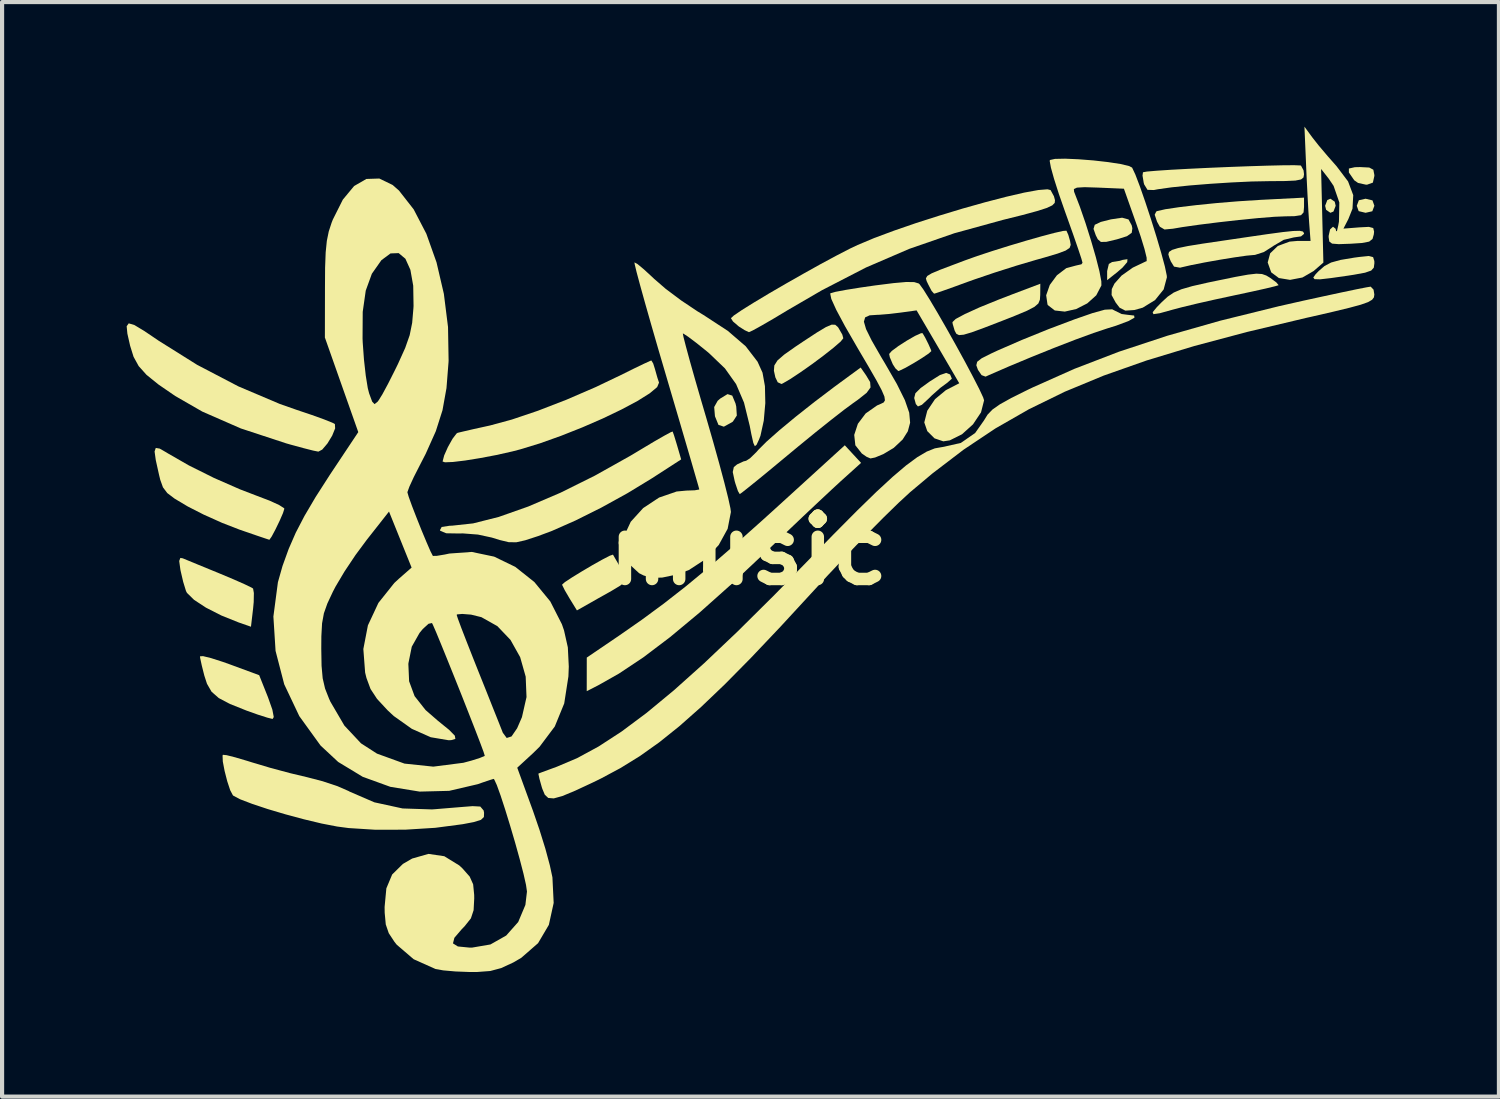
<source format=kicad_pcb>
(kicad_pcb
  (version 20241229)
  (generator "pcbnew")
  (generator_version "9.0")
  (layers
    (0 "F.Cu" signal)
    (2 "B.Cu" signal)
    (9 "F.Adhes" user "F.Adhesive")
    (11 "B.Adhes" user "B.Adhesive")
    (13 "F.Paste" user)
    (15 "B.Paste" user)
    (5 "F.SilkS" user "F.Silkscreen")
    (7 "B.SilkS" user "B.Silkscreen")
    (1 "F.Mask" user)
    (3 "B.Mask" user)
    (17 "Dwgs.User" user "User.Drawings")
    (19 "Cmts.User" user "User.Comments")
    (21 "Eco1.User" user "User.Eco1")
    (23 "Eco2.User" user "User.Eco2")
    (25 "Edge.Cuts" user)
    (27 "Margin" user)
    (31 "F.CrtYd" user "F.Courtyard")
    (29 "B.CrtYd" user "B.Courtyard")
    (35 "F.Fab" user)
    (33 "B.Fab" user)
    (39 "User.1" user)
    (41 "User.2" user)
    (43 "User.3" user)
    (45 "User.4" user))
  (footprint "music"
    (layer "F.Cu")
    (at 14.973 10.202)
    (property "Reference" "music" (at 0 0 0) (layer "F.SilkS") (effects (font (size 1.524 1.524) (thickness 0.3))))
    (attr board_only exclude_from_pos_files exclude_from_bom)
    (fp_poly (pts (xy 14.116 -8.396) (xy 14.139 -8.297) (xy 14.086 -8.159) (xy 14.012 -8.128) (xy 13.909 -8.199) (xy 13.885 -8.297) (xy 13.938 -8.435) (xy 14.012 -8.467)) (stroke (width 0) (type solid)) (fill yes) (layer "F.SilkS"))
    (fp_poly (pts (xy 15.025 -8.427) (xy 15.071 -8.297) (xy 15.021 -8.165) (xy 14.859 -8.128) (xy 14.693 -8.168) (xy 14.647 -8.297) (xy 14.697 -8.43) (xy 14.859 -8.467)) (stroke (width 0) (type solid)) (fill yes) (layer "F.SilkS"))
    (fp_poly (pts (xy 9.12 -6.941) (xy 9.007 -6.809) (xy 8.885 -6.703) (xy 8.636 -6.506) (xy 8.636 -6.725) (xy 8.677 -6.896) (xy 8.756 -6.943) (xy 8.942 -6.972) (xy 9.01 -6.994) (xy 9.125 -7.011)) (stroke (width 0) (type solid)) (fill yes) (layer "F.SilkS"))
    (fp_poly (pts (xy 14.947 -9.218) (xy 15.046 -9.165) (xy 15.07 -9.041) (xy 15.071 -9.017) (xy 15.035 -8.855) (xy 14.898 -8.806) (xy 14.869 -8.805) (xy 14.678 -8.847) (xy 14.586 -8.911) (xy 14.457 -9.099) (xy 14.457 -9.194) (xy 14.601 -9.226) (xy 14.727 -9.229)) (stroke (width 0) (type solid)) (fill yes) (layer "F.SilkS"))
    (fp_poly (pts (xy -0.391 -3.726) (xy -0.312 -3.536) (xy -0.295 -3.464) (xy -0.281 -3.246) (xy -0.374 -3.103) (xy -0.394 -3.087) (xy -0.593 -2.978) (xy -0.723 -3.021) (xy -0.805 -3.222) (xy -0.808 -3.234) (xy -0.826 -3.451) (xy -0.742 -3.601) (xy -0.679 -3.656) (xy -0.505 -3.762)) (stroke (width 0) (type solid)) (fill yes) (layer "F.SilkS"))
    (fp_poly (pts (xy 9.151 -7.968) (xy 9.227 -7.827) (xy 9.243 -7.754) (xy 9.228 -7.646) (xy 9.114 -7.565) (xy 8.866 -7.487) (xy 8.864 -7.487) (xy 8.619 -7.429) (xy 8.486 -7.426) (xy 8.411 -7.49) (xy 8.363 -7.585) (xy 8.308 -7.741) (xy 8.338 -7.839) (xy 8.483 -7.908) (xy 8.728 -7.97) (xy 8.997 -8.01)) (stroke (width 0) (type solid)) (fill yes) (layer "F.SilkS"))
    (fp_poly (pts (xy 4.853 -4.236) (xy 4.855 -4.234) (xy 4.897 -4.134) (xy 4.789 -4.037) (xy 4.784 -4.034) (xy 4.62 -3.913) (xy 4.413 -3.729) (xy 4.348 -3.664) (xy 4.176 -3.505) (xy 4.08 -3.465) (xy 4.03 -3.523) (xy 3.99 -3.668) (xy 4.019 -3.783) (xy 4.145 -3.908) (xy 4.368 -4.069) (xy 4.61 -4.221) (xy 4.76 -4.273)) (stroke (width 0) (type solid)) (fill yes) (layer "F.SilkS"))
    (fp_poly (pts (xy -12.939 2.595) (xy -12.656 2.686) (xy -12.495 2.743) (xy -11.782 3.006) (xy -11.571 3.535) (xy -11.465 3.835) (xy -11.431 4.014) (xy -11.459 4.06) (xy -11.584 4.029) (xy -11.816 3.955) (xy -12.083 3.86) (xy -12.484 3.7) (xy -12.755 3.557) (xy -12.929 3.404) (xy -13.039 3.213) (xy -13.103 3.016) (xy -13.165 2.77) (xy -13.203 2.594) (xy -13.208 2.552) (xy -13.135 2.547)) (stroke (width 0) (type solid)) (fill yes) (layer "F.SilkS"))
    (fp_poly (pts (xy 4.253 -5.126) (xy 4.333 -4.966) (xy 4.393 -4.83) (xy 4.403 -4.797) (xy 4.337 -4.738) (xy 4.175 -4.629) (xy 3.969 -4.503) (xy 3.771 -4.391) (xy 3.633 -4.325) (xy 3.607 -4.318) (xy 3.537 -4.383) (xy 3.474 -4.482) (xy 3.403 -4.65) (xy 3.387 -4.729) (xy 3.451 -4.802) (xy 3.609 -4.919) (xy 3.813 -5.05) (xy 4.011 -5.164) (xy 4.153 -5.228) (xy 4.192 -5.229)) (stroke (width 0) (type solid)) (fill yes) (layer "F.SilkS"))
    (fp_poly (pts (xy 15.04 -7.061) (xy 15.07 -6.966) (xy 15.071 -6.912) (xy 15.057 -6.807) (xy 14.994 -6.737) (xy 14.847 -6.686) (xy 14.58 -6.637) (xy 14.432 -6.614) (xy 14.025 -6.556) (xy 13.764 -6.526) (xy 13.63 -6.53) (xy 13.6 -6.57) (xy 13.656 -6.649) (xy 13.729 -6.725) (xy 13.87 -6.847) (xy 14.03 -6.931) (xy 14.255 -6.993) (xy 14.59 -7.049) (xy 14.711 -7.065) (xy 14.936 -7.088)) (stroke (width 0) (type solid)) (fill yes) (layer "F.SilkS"))
    (fp_poly (pts (xy 7.025 -6.152) (xy 7.017 -6.035) (xy 6.98 -5.945) (xy 6.885 -5.863) (xy 6.707 -5.77) (xy 6.418 -5.649) (xy 6.101 -5.524) (xy 5.673 -5.359) (xy 5.376 -5.25) (xy 5.183 -5.193) (xy 5.069 -5.183) (xy 5.006 -5.214) (xy 4.969 -5.281) (xy 4.962 -5.299) (xy 4.917 -5.451) (xy 4.911 -5.496) (xy 4.988 -5.571) (xy 5.212 -5.691) (xy 5.564 -5.851) (xy 6.031 -6.041) (xy 6.371 -6.172) (xy 7.027 -6.42)) (stroke (width 0) (type solid)) (fill yes) (layer "F.SilkS"))
    (fp_poly (pts (xy -3.263 0.103) (xy -3.216 0.185) (xy -3.115 0.359) (xy -3.074 0.431) (xy -2.991 0.573) (xy -2.953 0.672) (xy -2.977 0.756) (xy -3.086 0.848) (xy -3.298 0.976) (xy -3.635 1.165) (xy -3.653 1.176) (xy -4.131 1.446) (xy -4.309 1.157) (xy -4.422 0.964) (xy -4.484 0.839) (xy -4.487 0.823) (xy -4.421 0.765) (xy -4.25 0.652) (xy -4.015 0.508) (xy -3.758 0.356) (xy -3.519 0.222) (xy -3.341 0.13) (xy -3.264 0.103)) (stroke (width 0) (type solid)) (fill yes) (layer "F.SilkS"))
    (fp_poly (pts (xy -13.622 0.192) (xy -13.496 0.244) (xy -13.254 0.344) (xy -12.937 0.474) (xy -12.742 0.554) (xy -12.411 0.693) (xy -12.141 0.812) (xy -11.969 0.895) (xy -11.929 0.92) (xy -11.91 1.028) (xy -11.914 1.246) (xy -11.929 1.406) (xy -11.98 1.839) (xy -12.279 1.735) (xy -12.694 1.568) (xy -13.063 1.38) (xy -13.35 1.192) (xy -13.521 1.024) (xy -13.544 0.98) (xy -13.612 0.759) (xy -13.675 0.488) (xy -13.68 0.461) (xy -13.708 0.256) (xy -13.68 0.182)) (stroke (width 0) (type solid)) (fill yes) (layer "F.SilkS"))
    (fp_poly (pts (xy 2.088 -5.432) (xy 2.151 -5.378) (xy 2.164 -5.361) (xy 2.259 -5.196) (xy 2.283 -5.107) (xy 2.22 -5.028) (xy 2.05 -4.881) (xy 1.809 -4.691) (xy 1.531 -4.484) (xy 1.251 -4.287) (xy 1.005 -4.124) (xy 0.826 -4.02) (xy 0.794 -4.006) (xy 0.704 -4.047) (xy 0.647 -4.165) (xy 0.612 -4.325) (xy 0.622 -4.452) (xy 0.698 -4.573) (xy 0.862 -4.715) (xy 1.136 -4.908) (xy 1.32 -5.031) (xy 1.648 -5.246) (xy 1.866 -5.377) (xy 2.003 -5.435)) (stroke (width 0) (type solid)) (fill yes) (layer "F.SilkS"))
    (fp_poly (pts (xy 2.515 -2.318) (xy 2.711 -2.106) (xy 2.224 -1.667) (xy 2.007 -1.467) (xy 1.697 -1.177) (xy 1.323 -0.825) (xy 0.915 -0.437) (xy 0.509 -0.049) (xy -0.379 0.786) (xy -1.175 1.496) (xy -1.889 2.09) (xy -2.534 2.578) (xy -3.12 2.968) (xy -3.619 3.25) (xy -3.895 3.391) (xy -3.894 2.582) (xy -3.111 2.05) (xy -2.565 1.669) (xy -2.041 1.283) (xy -1.515 0.872) (xy -0.961 0.414) (xy -0.352 -0.112) (xy 0.337 -0.726) (xy 0.721 -1.074) (xy 2.319 -2.53)) (stroke (width 0) (type solid)) (fill yes) (layer "F.SilkS"))
    (fp_poly (pts (xy 13.377 -8.268) (xy 13.366 -8.138) (xy 13.305 -8.071) (xy 13.15 -8.047) (xy 12.93 -8.043) (xy 12.663 -8.032) (xy 12.276 -8.001) (xy 11.813 -7.955) (xy 11.323 -7.9) (xy 10.851 -7.841) (xy 10.443 -7.783) (xy 10.221 -7.745) (xy 10.018 -7.726) (xy 9.905 -7.793) (xy 9.838 -7.913) (xy 9.781 -8.082) (xy 9.819 -8.159) (xy 9.843 -8.17) (xy 10.038 -8.214) (xy 10.367 -8.263) (xy 10.792 -8.314) (xy 11.279 -8.363) (xy 11.79 -8.405) (xy 12.29 -8.437) (xy 12.34 -8.44) (xy 13.377 -8.493)) (stroke (width 0) (type solid)) (fill yes) (layer "F.SilkS"))
    (fp_poly (pts (xy 8.83 -5.767) (xy 8.985 -5.691) (xy 9.119 -5.673) (xy 9.286 -5.654) (xy 9.294 -5.602) (xy 9.147 -5.52) (xy 8.852 -5.41) (xy 8.636 -5.343) (xy 8.31 -5.234) (xy 7.869 -5.073) (xy 7.356 -4.874) (xy 6.81 -4.654) (xy 6.271 -4.429) (xy 5.781 -4.216) (xy 5.709 -4.183) (xy 5.612 -4.219) (xy 5.525 -4.347) (xy 5.486 -4.457) (xy 5.507 -4.541) (xy 5.615 -4.625) (xy 5.839 -4.738) (xy 5.996 -4.811) (xy 6.582 -5.066) (xy 7.226 -5.327) (xy 7.852 -5.563) (xy 8.284 -5.713) (xy 8.58 -5.795) (xy 8.758 -5.804)) (stroke (width 0) (type solid)) (fill yes) (layer "F.SilkS"))
    (fp_poly (pts (xy 12.365 -6.654) (xy 12.468 -6.618) (xy 12.561 -6.562) (xy 12.71 -6.452) (xy 12.764 -6.387) (xy 12.763 -6.384) (xy 12.674 -6.358) (xy 12.452 -6.304) (xy 12.128 -6.232) (xy 11.735 -6.148) (xy 11.68 -6.136) (xy 11.233 -6.04) (xy 10.804 -5.943) (xy 10.443 -5.856) (xy 10.208 -5.794) (xy 9.905 -5.71) (xy 9.751 -5.687) (xy 9.732 -5.734) (xy 9.835 -5.859) (xy 9.951 -5.977) (xy 10.093 -6.108) (xy 10.239 -6.207) (xy 10.425 -6.287) (xy 10.688 -6.363) (xy 11.063 -6.448) (xy 11.294 -6.496) (xy 11.727 -6.585) (xy 12.027 -6.639) (xy 12.229 -6.662)) (stroke (width 0) (type solid)) (fill yes) (layer "F.SilkS"))
    (fp_poly (pts (xy -14.788 -5.426) (xy -14.55 -5.283) (xy -14.203 -5.048) (xy -13.276 -4.467) (xy -12.282 -3.948) (xy -11.285 -3.525) (xy -10.875 -3.381) (xy -10.518 -3.261) (xy -10.221 -3.154) (xy -10.021 -3.074) (xy -9.959 -3.041) (xy -9.953 -2.937) (xy -10.024 -2.762) (xy -10.139 -2.573) (xy -10.264 -2.426) (xy -10.357 -2.377) (xy -10.481 -2.402) (xy -10.721 -2.463) (xy -11.033 -2.548) (xy -11.134 -2.577) (xy -12.223 -2.935) (xy -13.151 -3.341) (xy -13.803 -3.716) (xy -14.209 -3.995) (xy -14.494 -4.225) (xy -14.684 -4.437) (xy -14.807 -4.661) (xy -14.89 -4.927) (xy -14.956 -5.219) (xy -14.973 -5.397) (xy -14.923 -5.466)) (stroke (width 0) (type solid)) (fill yes) (layer "F.SilkS"))
    (fp_poly (pts (xy 13.289 -9.268) (xy 13.304 -9.264) (xy 13.365 -9.151) (xy 13.377 -9.054) (xy 13.364 -8.979) (xy 13.305 -8.931) (xy 13.169 -8.904) (xy 12.926 -8.893) (xy 12.544 -8.89) (xy 12.54 -8.89) (xy 12.12 -8.882) (xy 11.631 -8.859) (xy 11.117 -8.826) (xy 10.62 -8.786) (xy 10.186 -8.741) (xy 9.858 -8.695) (xy 9.76 -8.676) (xy 9.608 -8.681) (xy 9.528 -8.811) (xy 9.517 -8.85) (xy 9.488 -9.024) (xy 9.499 -9.104) (xy 9.593 -9.121) (xy 9.828 -9.141) (xy 10.171 -9.164) (xy 10.595 -9.187) (xy 11.069 -9.21) (xy 11.562 -9.231) (xy 12.046 -9.249) (xy 12.491 -9.263) (xy 12.866 -9.272) (xy 13.142 -9.274)) (stroke (width 0) (type solid)) (fill yes) (layer "F.SilkS"))
    (fp_poly (pts (xy -14.177 -2.45) (xy -14.007 -2.352) (xy -13.987 -2.339) (xy -13.475 -2.045) (xy -12.871 -1.744) (xy -12.246 -1.47) (xy -11.832 -1.311) (xy -11.53 -1.196) (xy -11.301 -1.091) (xy -11.184 -1.016) (xy -11.176 -1.002) (xy -11.209 -0.897) (xy -11.289 -0.713) (xy -11.389 -0.506) (xy -11.48 -0.335) (xy -11.535 -0.256) (xy -11.538 -0.255) (xy -11.621 -0.282) (xy -11.826 -0.351) (xy -12.116 -0.451) (xy -12.258 -0.5) (xy -12.675 -0.662) (xy -13.119 -0.861) (xy -13.499 -1.055) (xy -13.528 -1.072) (xy -13.818 -1.245) (xy -13.996 -1.38) (xy -14.099 -1.517) (xy -14.164 -1.698) (xy -14.194 -1.821) (xy -14.272 -2.173) (xy -14.301 -2.381) (xy -14.272 -2.466)) (stroke (width 0) (type solid)) (fill yes) (layer "F.SilkS"))
    (fp_poly (pts (xy 7.701 -7.597) (xy 7.743 -7.45) (xy 7.759 -7.355) (xy 7.732 -7.282) (xy 7.636 -7.218) (xy 7.444 -7.146) (xy 7.128 -7.052) (xy 6.925 -6.995) (xy 6.448 -6.854) (xy 5.923 -6.687) (xy 5.44 -6.523) (xy 5.28 -6.466) (xy 4.946 -6.344) (xy 4.676 -6.248) (xy 4.507 -6.191) (xy 4.468 -6.181) (xy 4.409 -6.248) (xy 4.332 -6.395) (xy 4.289 -6.485) (xy 4.272 -6.55) (xy 4.305 -6.607) (xy 4.41 -6.67) (xy 4.612 -6.755) (xy 4.934 -6.877) (xy 5.207 -6.98) (xy 5.506 -7.087) (xy 5.873 -7.208) (xy 6.275 -7.334) (xy 6.68 -7.455) (xy 7.053 -7.561) (xy 7.362 -7.643) (xy 7.574 -7.691) (xy 7.656 -7.697)) (stroke (width 0) (type solid)) (fill yes) (layer "F.SilkS"))
    (fp_poly (pts (xy 13.348 -7.678) (xy 13.375 -7.642) (xy 13.377 -7.62) (xy 13.304 -7.56) (xy 13.13 -7.535) (xy 12.888 -7.477) (xy 12.641 -7.332) (xy 12.631 -7.324) (xy 12.41 -7.183) (xy 12.196 -7.114) (xy 12.168 -7.112) (xy 11.993 -7.096) (xy 11.704 -7.055) (xy 11.352 -6.998) (xy 10.987 -6.933) (xy 10.662 -6.869) (xy 10.427 -6.815) (xy 10.392 -6.806) (xy 10.247 -6.832) (xy 10.169 -6.958) (xy 10.131 -7.053) (xy 10.11 -7.127) (xy 10.126 -7.185) (xy 10.198 -7.234) (xy 10.344 -7.279) (xy 10.583 -7.328) (xy 10.935 -7.385) (xy 11.417 -7.456) (xy 11.98 -7.539) (xy 12.495 -7.614) (xy 12.866 -7.664) (xy 13.116 -7.69) (xy 13.269 -7.694)) (stroke (width 0) (type solid)) (fill yes) (layer "F.SilkS"))
    (fp_poly (pts (xy 2.832 -4.214) (xy 2.929 -4.052) (xy 2.939 -3.923) (xy 2.845 -3.793) (xy 2.63 -3.623) (xy 2.518 -3.544) (xy 2.301 -3.384) (xy 1.988 -3.14) (xy 1.612 -2.84) (xy 1.207 -2.509) (xy 0.949 -2.295) (xy 0.58 -1.989) (xy 0.258 -1.724) (xy 0.004 -1.519) (xy -0.159 -1.39) (xy -0.211 -1.355) (xy -0.254 -1.427) (xy -0.315 -1.608) (xy -0.333 -1.67) (xy -0.379 -1.886) (xy -0.353 -2.005) (xy -0.274 -2.07) (xy -0.119 -2.142) (xy -0.057 -2.157) (xy 0.037 -2.217) (xy 0.188 -2.364) (xy 0.239 -2.422) (xy 0.435 -2.618) (xy 0.742 -2.89) (xy 1.135 -3.216) (xy 1.587 -3.573) (xy 2.07 -3.939) (xy 2.218 -4.048) (xy 2.701 -4.402)) (stroke (width 0) (type solid)) (fill yes) (layer "F.SilkS"))
    (fp_poly (pts (xy -1.794 -2.772) (xy -1.735 -2.58) (xy -1.715 -2.513) (xy -1.621 -2.19) (xy -2.325 -1.735) (xy -2.913 -1.377) (xy -3.542 -1.03) (xy -4.165 -0.719) (xy -4.733 -0.468) (xy -5.067 -0.343) (xy -5.378 -0.242) (xy -5.592 -0.194) (xy -5.775 -0.197) (xy -5.991 -0.249) (xy -6.181 -0.308) (xy -6.514 -0.38) (xy -6.878 -0.408) (xy -6.978 -0.406) (xy -7.278 -0.411) (xy -7.42 -0.47) (xy -7.429 -0.487) (xy -7.388 -0.563) (xy -7.193 -0.593) (xy -7.14 -0.594) (xy -6.631 -0.649) (xy -6.013 -0.805) (xy -5.304 -1.055) (xy -4.526 -1.388) (xy -3.699 -1.799) (xy -2.842 -2.279) (xy -2.593 -2.428) (xy -2.281 -2.615) (xy -2.03 -2.759) (xy -1.869 -2.846) (xy -1.826 -2.861)) (stroke (width 0) (type solid)) (fill yes) (layer "F.SilkS"))
    (fp_poly (pts (xy -2.295 -4.501) (xy -2.253 -4.368) (xy -2.193 -4.156) (xy -2.154 -4.039) (xy -2.199 -3.931) (xy -2.38 -3.78) (xy -2.674 -3.596) (xy -3.059 -3.391) (xy -3.509 -3.175) (xy -4.001 -2.961) (xy -4.513 -2.758) (xy -5.02 -2.577) (xy -5.498 -2.431) (xy -5.686 -2.382) (xy -6.074 -2.295) (xy -6.465 -2.221) (xy -6.824 -2.163) (xy -7.117 -2.128) (xy -7.308 -2.12) (xy -7.366 -2.139) (xy -7.328 -2.285) (xy -7.237 -2.489) (xy -7.126 -2.687) (xy -7.029 -2.814) (xy -7.003 -2.83) (xy -6.877 -2.86) (xy -6.631 -2.917) (xy -6.314 -2.987) (xy -6.223 -3.007) (xy -5.697 -3.15) (xy -5.069 -3.362) (xy -4.384 -3.627) (xy -3.685 -3.929) (xy -3.071 -4.222) (xy -2.763 -4.375) (xy -2.516 -4.494) (xy -2.367 -4.562) (xy -2.339 -4.572)) (stroke (width 0) (type solid)) (fill yes) (layer "F.SilkS"))
    (fp_poly (pts (xy 7.274 -8.675) (xy 7.355 -8.526) (xy 7.38 -8.433) (xy 7.374 -8.367) (xy 7.315 -8.307) (xy 7.181 -8.244) (xy 6.949 -8.17) (xy 6.596 -8.074) (xy 6.126 -7.957) (xy 4.955 -7.635) (xy 3.873 -7.26) (xy 2.83 -6.811) (xy 1.773 -6.266) (xy 0.944 -5.784) (xy 0.601 -5.578) (xy 0.311 -5.41) (xy 0.104 -5.296) (xy 0.011 -5.254) (xy 0.01 -5.254) (xy -0.091 -5.301) (xy -0.233 -5.391) (xy -0.373 -5.511) (xy -0.423 -5.59) (xy -0.353 -5.655) (xy -0.16 -5.786) (xy 0.13 -5.967) (xy 0.49 -6.183) (xy 0.896 -6.419) (xy 1.32 -6.66) (xy 1.736 -6.892) (xy 2.119 -7.098) (xy 2.442 -7.265) (xy 2.626 -7.352) (xy 3.026 -7.52) (xy 3.504 -7.698) (xy 4.035 -7.881) (xy 4.595 -8.06) (xy 5.16 -8.231) (xy 5.705 -8.384) (xy 6.206 -8.514) (xy 6.638 -8.614) (xy 6.978 -8.676) (xy 7.2 -8.694)) (stroke (width 0) (type solid)) (fill yes) (layer "F.SilkS"))
    (fp_poly (pts (xy -12.566 4.932) (xy -12.356 4.985) (xy -12.065 5.071) (xy -11.963 5.103) (xy -11.528 5.233) (xy -11.037 5.365) (xy -10.626 5.463) (xy -10.253 5.56) (xy -9.898 5.678) (xy -9.63 5.795) (xy -9.608 5.808) (xy -9.009 6.067) (xy -8.329 6.215) (xy -7.621 6.238) (xy -7.537 6.232) (xy -7.187 6.203) (xy -6.87 6.177) (xy -6.653 6.16) (xy -6.646 6.159) (xy -6.458 6.169) (xy -6.378 6.263) (xy -6.367 6.319) (xy -6.371 6.421) (xy -6.442 6.489) (xy -6.615 6.543) (xy -6.881 6.594) (xy -7.542 6.681) (xy -8.263 6.726) (xy -8.98 6.728) (xy -9.628 6.687) (xy -9.906 6.65) (xy -10.278 6.578) (xy -10.704 6.476) (xy -11.15 6.356) (xy -11.578 6.229) (xy -11.953 6.104) (xy -12.241 5.994) (xy -12.404 5.908) (xy -12.416 5.897) (xy -12.48 5.776) (xy -12.551 5.561) (xy -12.615 5.311) (xy -12.658 5.085) (xy -12.664 4.942) (xy -12.656 4.923)) (stroke (width 0) (type solid)) (fill yes) (layer "F.SilkS"))
    (fp_poly (pts (xy 13.573 -9.948) (xy 13.727 -9.752) (xy 13.947 -9.492) (xy 14.161 -9.249) (xy 14.437 -8.884) (xy 14.562 -8.553) (xy 14.544 -8.227) (xy 14.444 -7.976) (xy 14.326 -7.747) (xy 14.706 -7.777) (xy 14.938 -7.789) (xy 15.043 -7.761) (xy 15.064 -7.674) (xy 15.057 -7.608) (xy 15.026 -7.498) (xy 14.945 -7.434) (xy 14.773 -7.401) (xy 14.499 -7.383) (xy 14.211 -7.373) (xy 14.052 -7.386) (xy 13.985 -7.437) (xy 13.97 -7.54) (xy 13.97 -7.574) (xy 14.004 -7.728) (xy 14.075 -7.793) (xy 14.138 -7.743) (xy 14.151 -7.684) (xy 14.17 -7.689) (xy 14.202 -7.828) (xy 14.218 -7.916) (xy 14.227 -8.377) (xy 14.089 -8.776) (xy 13.969 -8.953) (xy 13.788 -9.184) (xy 13.843 -6.929) (xy 13.605 -6.724) (xy 13.338 -6.57) (xy 13.041 -6.513) (xy 12.771 -6.557) (xy 12.587 -6.694) (xy 12.502 -6.932) (xy 12.562 -7.153) (xy 12.745 -7.329) (xy 13.029 -7.434) (xy 13.221 -7.451) (xy 13.534 -7.451) (xy 13.5 -7.895) (xy 13.482 -8.171) (xy 13.461 -8.556) (xy 13.439 -8.992) (xy 13.427 -9.271) (xy 13.387 -10.202)) (stroke (width 0) (type solid)) (fill yes) (layer "F.SilkS"))
    (fp_poly (pts (xy 7.948 -9.417) (xy 8.306 -9.389) (xy 8.658 -9.349) (xy 8.959 -9.303) (xy 9.167 -9.253) (xy 9.237 -9.216) (xy 9.316 -9.048) (xy 9.426 -8.759) (xy 9.555 -8.388) (xy 9.692 -7.973) (xy 9.824 -7.55) (xy 9.939 -7.159) (xy 10.026 -6.837) (xy 10.071 -6.621) (xy 10.075 -6.575) (xy 9.997 -6.283) (xy 9.79 -6.026) (xy 9.494 -5.844) (xy 9.293 -5.787) (xy 9.074 -5.772) (xy 8.936 -5.843) (xy 8.84 -5.969) (xy 8.743 -6.148) (xy 8.748 -6.291) (xy 8.812 -6.423) (xy 8.983 -6.616) (xy 9.254 -6.808) (xy 9.565 -6.956) (xy 9.588 -6.964) (xy 9.587 -7.047) (xy 9.536 -7.255) (xy 9.444 -7.556) (xy 9.345 -7.846) (xy 9.04 -8.708) (xy 8.413 -8.735) (xy 8.092 -8.745) (xy 7.909 -8.734) (xy 7.835 -8.699) (xy 7.84 -8.636) (xy 7.977 -8.281) (xy 8.117 -7.876) (xy 8.249 -7.457) (xy 8.364 -7.06) (xy 8.45 -6.722) (xy 8.496 -6.479) (xy 8.498 -6.379) (xy 8.374 -6.141) (xy 8.158 -5.947) (xy 7.892 -5.811) (xy 7.617 -5.749) (xy 7.375 -5.776) (xy 7.209 -5.905) (xy 7.2 -5.921) (xy 7.168 -6.142) (xy 7.255 -6.391) (xy 7.427 -6.624) (xy 7.652 -6.795) (xy 7.885 -6.858) (xy 8.017 -6.888) (xy 8.043 -6.925) (xy 8.016 -7.024) (xy 7.94 -7.253) (xy 7.827 -7.581) (xy 7.686 -7.978) (xy 7.618 -8.168) (xy 7.473 -8.584) (xy 7.358 -8.944) (xy 7.282 -9.217) (xy 7.253 -9.374) (xy 7.258 -9.399) (xy 7.381 -9.426) (xy 7.625 -9.431)) (stroke (width 0) (type solid)) (fill yes) (layer "F.SilkS"))
    (fp_poly (pts (xy 3.991 -6.459) (xy 4.097 -6.427) (xy 4.118 -6.41) (xy 4.212 -6.28) (xy 4.364 -6.037) (xy 4.557 -5.712) (xy 4.774 -5.334) (xy 4.999 -4.933) (xy 5.216 -4.537) (xy 5.407 -4.177) (xy 5.558 -3.882) (xy 5.651 -3.682) (xy 5.673 -3.612) (xy 5.599 -3.322) (xy 5.406 -3.034) (xy 5.141 -2.795) (xy 4.848 -2.649) (xy 4.691 -2.625) (xy 4.479 -2.697) (xy 4.305 -2.871) (xy 4.233 -3.08) (xy 4.305 -3.362) (xy 4.492 -3.641) (xy 4.75 -3.855) (xy 4.783 -3.873) (xy 5.075 -4.023) (xy 4.562 -4.901) (xy 4.048 -5.778) (xy 3.663 -5.725) (xy 3.386 -5.692) (xy 3.155 -5.673) (xy 3.1 -5.671) (xy 2.917 -5.659) (xy 2.809 -5.61) (xy 2.779 -5.506) (xy 2.831 -5.327) (xy 2.967 -5.052) (xy 3.191 -4.662) (xy 3.287 -4.501) (xy 3.574 -4.003) (xy 3.766 -3.616) (xy 3.87 -3.315) (xy 3.892 -3.074) (xy 3.837 -2.867) (xy 3.712 -2.669) (xy 3.711 -2.668) (xy 3.498 -2.468) (xy 3.248 -2.318) (xy 3.049 -2.236) (xy 2.937 -2.213) (xy 2.843 -2.253) (xy 2.728 -2.333) (xy 2.573 -2.53) (xy 2.546 -2.78) (xy 2.634 -3.048) (xy 2.822 -3.297) (xy 3.096 -3.489) (xy 3.193 -3.531) (xy 3.256 -3.562) (xy 3.286 -3.612) (xy 3.273 -3.703) (xy 3.208 -3.855) (xy 3.083 -4.09) (xy 2.888 -4.429) (xy 2.629 -4.869) (xy 2.326 -5.394) (xy 2.114 -5.79) (xy 1.994 -6.054) (xy 1.968 -6.182) (xy 1.977 -6.192) (xy 2.096 -6.225) (xy 2.345 -6.272) (xy 2.687 -6.327) (xy 3.048 -6.379) (xy 3.494 -6.435) (xy 3.799 -6.462)) (stroke (width 0) (type solid)) (fill yes) (layer "F.SilkS"))
    (fp_poly (pts (xy -2.675 -6.896) (xy -2.516 -6.764) (xy -2.302 -6.567) (xy -2.269 -6.535) (xy -1.99 -6.294) (xy -1.624 -6.02) (xy -1.234 -5.759) (xy -1.085 -5.668) (xy -0.498 -5.285) (xy -0.067 -4.914) (xy 0.218 -4.543) (xy 0.338 -4.278) (xy 0.396 -3.955) (xy 0.405 -3.545) (xy 0.368 -3.123) (xy 0.289 -2.762) (xy 0.253 -2.667) (xy 0.194 -2.541) (xy 0.153 -2.508) (xy 0.116 -2.588) (xy 0.068 -2.801) (xy 0.03 -2.998) (xy -0.108 -3.558) (xy -0.298 -4.002) (xy -0.567 -4.381) (xy -0.948 -4.746) (xy -1 -4.79) (xy -1.254 -4.994) (xy -1.453 -5.144) (xy -1.567 -5.218) (xy -1.581 -5.221) (xy -1.565 -5.136) (xy -1.507 -4.911) (xy -1.414 -4.568) (xy -1.29 -4.129) (xy -1.142 -3.617) (xy -1.015 -3.185) (xy -0.851 -2.616) (xy -0.704 -2.089) (xy -0.581 -1.629) (xy -0.489 -1.262) (xy -0.435 -1.014) (xy -0.423 -0.924) (xy -0.502 -0.519) (xy -0.717 -0.128) (xy -1.038 0.215) (xy -1.434 0.473) (xy -1.736 0.584) (xy -2.074 0.655) (xy -2.315 0.663) (xy -2.522 0.606) (xy -2.634 0.55) (xy -2.864 0.338) (xy -3.002 0.038) (xy -3.016 -0.28) (xy -3.009 -0.316) (xy -2.835 -0.689) (xy -2.536 -1.018) (xy -2.153 -1.271) (xy -1.73 -1.417) (xy -1.497 -1.439) (xy -1.295 -1.446) (xy -1.19 -1.464) (xy -1.185 -1.469) (xy -1.208 -1.554) (xy -1.274 -1.782) (xy -1.376 -2.135) (xy -1.51 -2.593) (xy -1.669 -3.136) (xy -1.849 -3.747) (xy -1.982 -4.199) (xy -2.172 -4.845) (xy -2.343 -5.437) (xy -2.491 -5.957) (xy -2.61 -6.385) (xy -2.695 -6.702) (xy -2.74 -6.89) (xy -2.746 -6.934)) (stroke (width 0) (type solid)) (fill yes) (layer "F.SilkS"))
    (fp_poly (pts (xy 15.051 -6.278) (xy 15.07 -6.16) (xy 15.06 -6.092) (xy 15.016 -6.034) (xy 14.918 -5.977) (xy 14.743 -5.915) (xy 14.47 -5.841) (xy 14.078 -5.746) (xy 13.545 -5.623) (xy 13.44 -5.6) (xy 12.011 -5.26) (xy 10.733 -4.92) (xy 9.586 -4.572) (xy 8.553 -4.208) (xy 7.614 -3.819) (xy 6.751 -3.397) (xy 5.945 -2.935) (xy 5.178 -2.423) (xy 4.431 -1.853) (xy 3.888 -1.397) (xy 3.613 -1.143) (xy 3.25 -0.789) (xy 2.827 -0.362) (xy 2.369 0.114) (xy 1.902 0.61) (xy 1.567 0.974) (xy 0.768 1.841) (xy 0.059 2.589) (xy -0.572 3.228) (xy -1.142 3.772) (xy -1.663 4.233) (xy -2.151 4.624) (xy -2.619 4.956) (xy -3.082 5.242) (xy -3.553 5.494) (xy -3.741 5.586) (xy -4.174 5.788) (xy -4.482 5.916) (xy -4.689 5.973) (xy -4.822 5.962) (xy -4.905 5.884) (xy -4.964 5.743) (xy -4.977 5.703) (xy -5.034 5.5) (xy -5.058 5.384) (xy -5.056 5.374) (xy -4.973 5.342) (xy -4.78 5.271) (xy -4.614 5.21) (xy -4.126 5.003) (xy -3.61 4.723) (xy -3.055 4.362) (xy -2.453 3.913) (xy -1.794 3.368) (xy -1.068 2.718) (xy -0.265 1.956) (xy 0.624 1.074) (xy 1.39 0.291) (xy 2.051 -0.388) (xy 2.61 -0.951) (xy 3.079 -1.408) (xy 3.47 -1.769) (xy 3.795 -2.045) (xy 4.065 -2.244) (xy 4.292 -2.378) (xy 4.487 -2.456) (xy 4.663 -2.487) (xy 4.673 -2.488) (xy 5.112 -2.586) (xy 5.458 -2.826) (xy 5.671 -3.129) (xy 5.756 -3.267) (xy 5.874 -3.39) (xy 6.055 -3.517) (xy 6.327 -3.669) (xy 6.718 -3.863) (xy 6.837 -3.92) (xy 7.846 -4.37) (xy 8.92 -4.783) (xy 10.084 -5.167) (xy 11.36 -5.53) (xy 12.773 -5.879) (xy 13.353 -6.01) (xy 13.844 -6.117) (xy 14.281 -6.211) (xy 14.634 -6.285) (xy 14.878 -6.333) (xy 14.982 -6.35)) (stroke (width 0) (type solid)) (fill yes) (layer "F.SilkS"))
    (fp_poly (pts (xy -8.571 -8.799) (xy -8.417 -8.665) (xy -8.062 -8.211) (xy -7.757 -7.624) (xy -7.512 -6.935) (xy -7.335 -6.176) (xy -7.235 -5.377) (xy -7.221 -4.569) (xy -7.223 -4.53) (xy -7.272 -3.907) (xy -7.368 -3.374) (xy -7.529 -2.869) (xy -7.772 -2.326) (xy -7.914 -2.05) (xy -8.058 -1.767) (xy -8.164 -1.537) (xy -8.212 -1.405) (xy -8.213 -1.397) (xy -8.182 -1.29) (xy -8.104 -1.073) (xy -7.994 -0.789) (xy -7.872 -0.483) (xy -7.753 -0.198) (xy -7.658 0.021) (xy -7.602 0.13) (xy -7.599 0.134) (xy -7.509 0.133) (xy -7.311 0.1) (xy -7.203 0.077) (xy -6.663 0.038) (xy -6.125 0.151) (xy -5.615 0.398) (xy -5.156 0.763) (xy -4.773 1.229) (xy -4.493 1.779) (xy -4.442 1.926) (xy -4.35 2.336) (xy -4.327 2.799) (xy -4.336 3.035) (xy -4.437 3.686) (xy -4.664 4.241) (xy -5.031 4.73) (xy -5.189 4.885) (xy -5.568 5.234) (xy -5.187 6.279) (xy -5.032 6.731) (xy -4.891 7.184) (xy -4.783 7.585) (xy -4.721 7.874) (xy -4.691 8.49) (xy -4.807 9.018) (xy -5.067 9.459) (xy -5.473 9.813) (xy -5.662 9.923) (xy -5.953 10.058) (xy -6.218 10.129) (xy -6.537 10.153) (xy -6.72 10.153) (xy -7.055 10.14) (xy -7.35 10.114) (xy -7.536 10.081) (xy -8.063 9.845) (xy -8.47 9.496) (xy -8.524 9.428) (xy -8.662 9.218) (xy -8.734 9.008) (xy -8.76 8.727) (xy -8.762 8.587) (xy -8.72 8.139) (xy -8.58 7.805) (xy -8.322 7.551) (xy -8.098 7.421) (xy -7.706 7.309) (xy -7.325 7.365) (xy -6.964 7.587) (xy -6.885 7.661) (xy -6.713 7.856) (xy -6.63 8.042) (xy -6.605 8.297) (xy -6.604 8.382) (xy -6.619 8.665) (xy -6.684 8.861) (xy -6.834 9.05) (xy -6.905 9.123) (xy -7.082 9.33) (xy -7.116 9.464) (xy -6.998 9.538) (xy -6.722 9.565) (xy -6.659 9.566) (xy -6.214 9.49) (xy -5.834 9.275) (xy -5.545 8.949) (xy -5.372 8.538) (xy -5.334 8.215) (xy -5.357 8.056) (xy -5.418 7.785) (xy -5.509 7.435) (xy -5.619 7.039) (xy -5.739 6.631) (xy -5.859 6.241) (xy -5.969 5.904) (xy -6.06 5.652) (xy -6.122 5.517) (xy -6.137 5.503) (xy -6.223 5.529) (xy -6.413 5.593) (xy -6.521 5.631) (xy -7.207 5.791) (xy -7.919 5.809) (xy -8.624 5.694) (xy -9.289 5.453) (xy -9.88 5.095) (xy -10.305 4.699) (xy -10.816 3.992) (xy -11.179 3.226) (xy -11.388 2.42) (xy -11.391 2.369) (xy -10.287 2.369) (xy -10.28 2.781) (xy -10.253 3.082) (xy -10.196 3.327) (xy -10.099 3.574) (xy -10.067 3.645) (xy -9.731 4.219) (xy -9.33 4.647) (xy -8.945 4.895) (xy -8.283 5.135) (xy -7.589 5.208) (xy -6.865 5.115) (xy -6.668 5.062) (xy -6.466 4.998) (xy -6.357 4.952) (xy -6.35 4.946) (xy -6.38 4.851) (xy -6.462 4.63) (xy -6.585 4.31) (xy -6.737 3.922) (xy -6.905 3.495) (xy -7.08 3.057) (xy -7.248 2.64) (xy -7.398 2.271) (xy -7.518 1.98) (xy -7.597 1.798) (xy -7.621 1.75) (xy -7.704 1.768) (xy -7.843 1.894) (xy -7.921 1.989) (xy -8.108 2.32) (xy -8.188 2.716) (xy -8.19 2.737) (xy -8.172 3.152) (xy -8.04 3.51) (xy -7.776 3.845) (xy -7.478 4.104) (xy -7.208 4.323) (xy -7.071 4.463) (xy -7.058 4.541) (xy -7.16 4.57) (xy -7.224 4.572) (xy -7.651 4.5) (xy -8.106 4.298) (xy -8.542 3.989) (xy -8.689 3.852) (xy -8.944 3.577) (xy -9.101 3.338) (xy -9.199 3.073) (xy -9.231 2.943) (xy -9.274 2.376) (xy -9.164 1.806) (xy -9.046 1.554) (xy -7.027 1.554) (xy -6.997 1.646) (xy -6.915 1.868) (xy -6.789 2.193) (xy -6.632 2.592) (xy -6.51 2.899) (xy -6.33 3.348) (xy -6.168 3.756) (xy -6.035 4.089) (xy -5.945 4.316) (xy -5.916 4.391) (xy -5.822 4.518) (xy -5.706 4.481) (xy -5.571 4.284) (xy -5.455 4.017) (xy -5.345 3.533) (xy -5.365 3.041) (xy -5.498 2.572) (xy -5.731 2.156) (xy -6.047 1.825) (xy -6.431 1.609) (xy -6.679 1.548) (xy -6.893 1.531) (xy -7.016 1.542) (xy -7.027 1.554) (xy -9.046 1.554) (xy -8.911 1.265) (xy -8.529 0.786) (xy -8.42 0.685) (xy -8.112 0.415) (xy -8.384 -0.259) (xy -8.656 -0.934) (xy -9.192 -0.253) (xy -9.463 0.113) (xy -9.728 0.51) (xy -9.943 0.872) (xy -10.007 0.995) (xy -10.141 1.281) (xy -10.224 1.516) (xy -10.268 1.758) (xy -10.285 2.068) (xy -10.287 2.369) (xy -11.391 2.369) (xy -11.44 1.594) (xy -11.331 0.767) (xy -11.22 0.375) (xy -11.072 -0.034) (xy -10.902 -0.424) (xy -10.692 -0.828) (xy -10.424 -1.283) (xy -10.077 -1.824) (xy -9.935 -2.037) (xy -9.396 -2.847) (xy -9.798 -3.985) (xy -10.192 -5.102) (xy -9.293 -5.102) (xy -9.289 -5.006) (xy -9.259 -4.593) (xy -9.216 -4.209) (xy -9.167 -3.906) (xy -9.135 -3.781) (xy -9.061 -3.581) (xy -9.004 -3.521) (xy -8.933 -3.577) (xy -8.906 -3.612) (xy -8.817 -3.755) (xy -8.68 -4.009) (xy -8.519 -4.328) (xy -8.441 -4.487) (xy -8.266 -4.874) (xy -8.158 -5.182) (xy -8.098 -5.479) (xy -8.068 -5.834) (xy -8.065 -5.884) (xy -8.073 -6.372) (xy -8.141 -6.755) (xy -8.261 -7.021) (xy -8.423 -7.157) (xy -8.619 -7.15) (xy -8.839 -6.987) (xy -8.842 -6.983) (xy -9.069 -6.66) (xy -9.216 -6.255) (xy -9.289 -5.743) (xy -9.293 -5.102) (xy -10.192 -5.102) (xy -10.2 -5.122) (xy -10.198 -6.308) (xy -10.195 -6.807) (xy -10.181 -7.175) (xy -10.153 -7.453) (xy -10.107 -7.678) (xy -10.038 -7.89) (xy -10.009 -7.964) (xy -9.768 -8.445) (xy -9.496 -8.773) (xy -9.201 -8.943) (xy -8.889 -8.953)) (stroke (width 0) (type solid)) (fill yes) (layer "F.SilkS")))
  (gr_rect
    (start -3 -3)
    (end 33.043 23.355)
    (stroke (width 0.1) (type default))
    (fill no)
    (layer "Edge.Cuts")))
</source>
